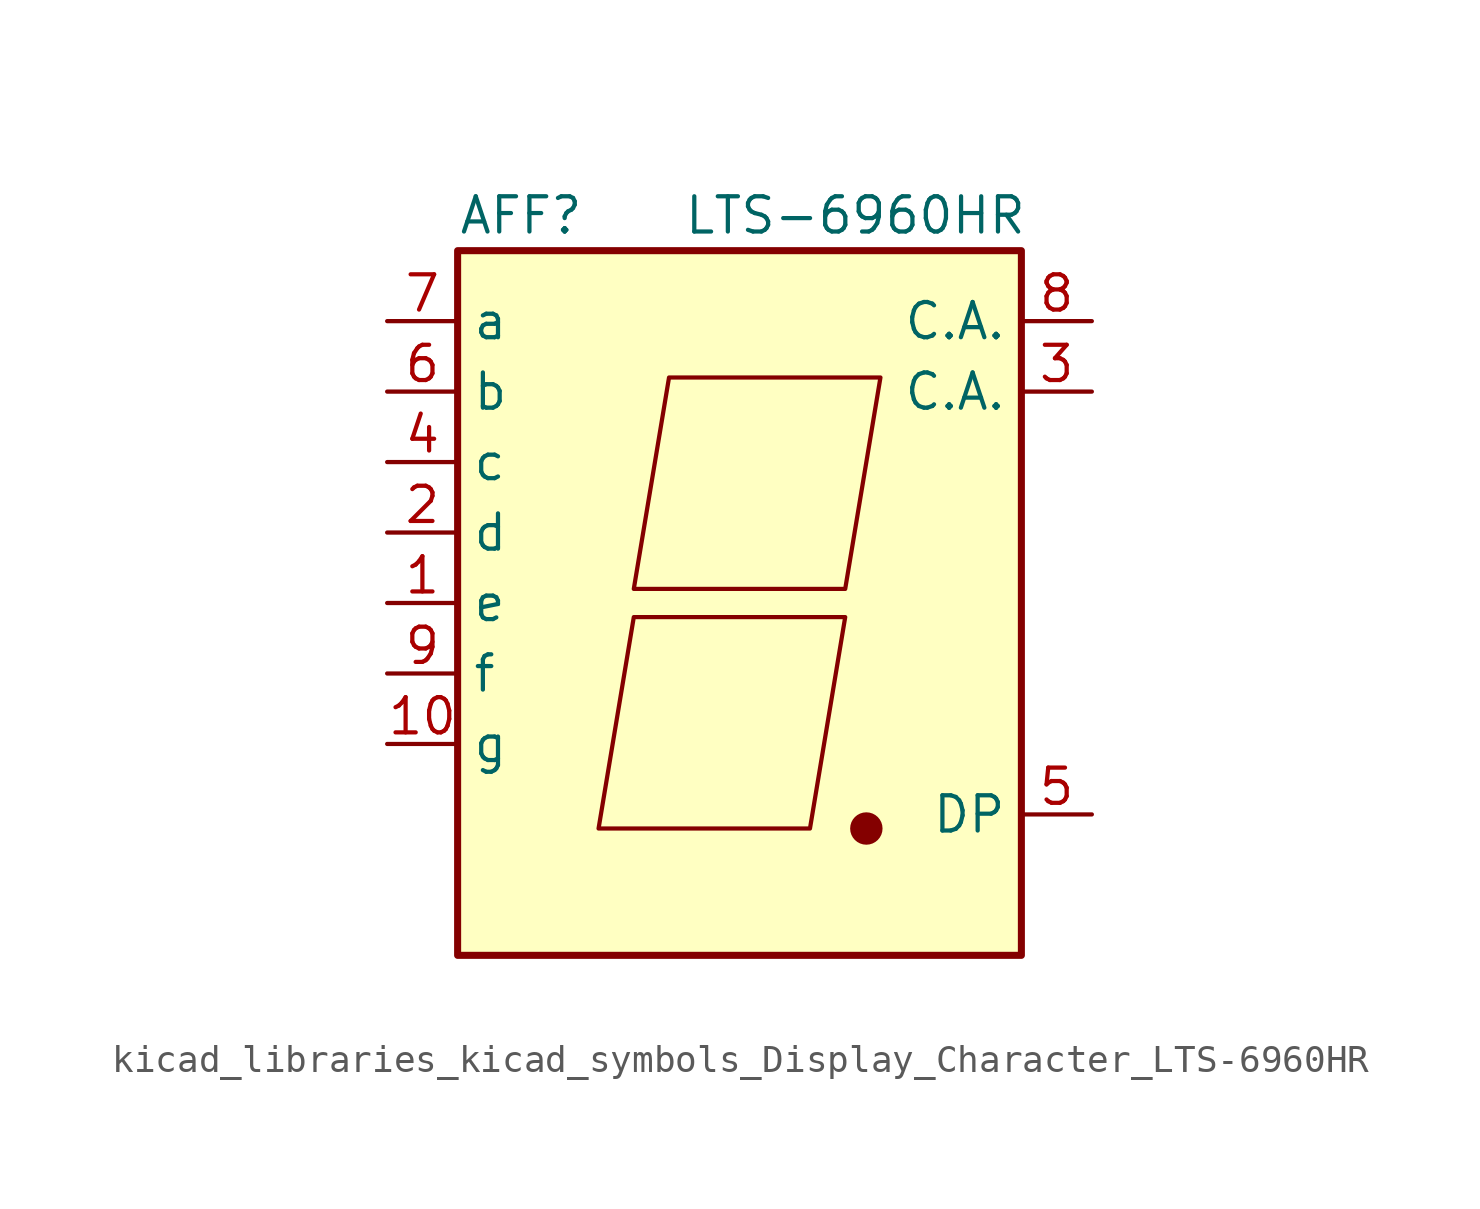
<source format=kicad_sym>
(kicad_symbol_lib
  (version 20220914)
  (generator kicad_symbol_editor)
  (symbol "kicad_libraries_kicad_symbols_Display_Character_LTS-6960HR"
    (property "Reference" "AFF"
      (at -7.874 13.97 0)
      (effects (font (size 1.27 1.27))))
    (property "Value" "LTS-6960HR"
      (at -2.032 13.97 0)
      (effects (font (size 1.27 1.27)) (justify left)))
    (symbol "kicad_libraries_kicad_symbols_Display_Character_LTS-6960HR_0_1"
      (rectangle (start -10.16 12.7) (end 10.16 -12.7) (stroke (width 0.254) (type default)) (fill (type background)))
      (polyline (pts (xy -3.81 -0.508) (xy 3.81 -0.508) (xy 2.54 -8.128) (xy -5.08 -8.128) (xy -3.81 -0.508) (xy -3.81 -0.508)) (stroke (width 0) (type default)) (fill (type none)))
      (polyline (pts (xy -2.54 8.128) (xy 5.08 8.128) (xy 3.81 0.508) (xy -3.81 0.508) (xy -2.54 8.128) (xy -2.54 8.128)) (stroke (width 0) (type default)) (fill (type none)))
      (circle (center 4.572 -8.128) (radius 0.508) (stroke (width 0) (type default)) (fill (type outline))))
    (symbol "kicad_libraries_kicad_symbols_Display_Character_LTS-6960HR_1_1"
      (pin passive line (at -12.7 0 0) (length 2.54) (name "e" (effects (font (size 1.27 1.27)))) (number "1" (effects (font (size 1.27 1.27)))))
      (pin passive line (at -12.7 -5.08 0) (length 2.54) (name "g" (effects (font (size 1.27 1.27)))) (number "10" (effects (font (size 1.27 1.27)))))
      (pin passive line (at -12.7 2.54 0) (length 2.54) (name "d" (effects (font (size 1.27 1.27)))) (number "2" (effects (font (size 1.27 1.27)))))
      (pin passive line (at 12.7 7.62 180) (length 2.54) (name "C.A." (effects (font (size 1.27 1.27)))) (number "3" (effects (font (size 1.27 1.27)))))
      (pin passive line (at -12.7 5.08 0) (length 2.54) (name "c" (effects (font (size 1.27 1.27)))) (number "4" (effects (font (size 1.27 1.27)))))
      (pin passive line (at 12.7 -7.62 180) (length 2.54) (name "DP" (effects (font (size 1.27 1.27)))) (number "5" (effects (font (size 1.27 1.27)))))
      (pin passive line (at -12.7 7.62 0) (length 2.54) (name "b" (effects (font (size 1.27 1.27)))) (number "6" (effects (font (size 1.27 1.27)))))
      (pin passive line (at -12.7 10.16 0) (length 2.54) (name "a" (effects (font (size 1.27 1.27)))) (number "7" (effects (font (size 1.27 1.27)))))
      (pin passive line (at 12.7 10.16 180) (length 2.54) (name "C.A." (effects (font (size 1.27 1.27)))) (number "8" (effects (font (size 1.27 1.27)))))
      (pin passive line (at -12.7 -2.54 0) (length 2.54) (name "f" (effects (font (size 1.27 1.27)))) (number "9" (effects (font (size 1.27 1.27))))))))
</source>
